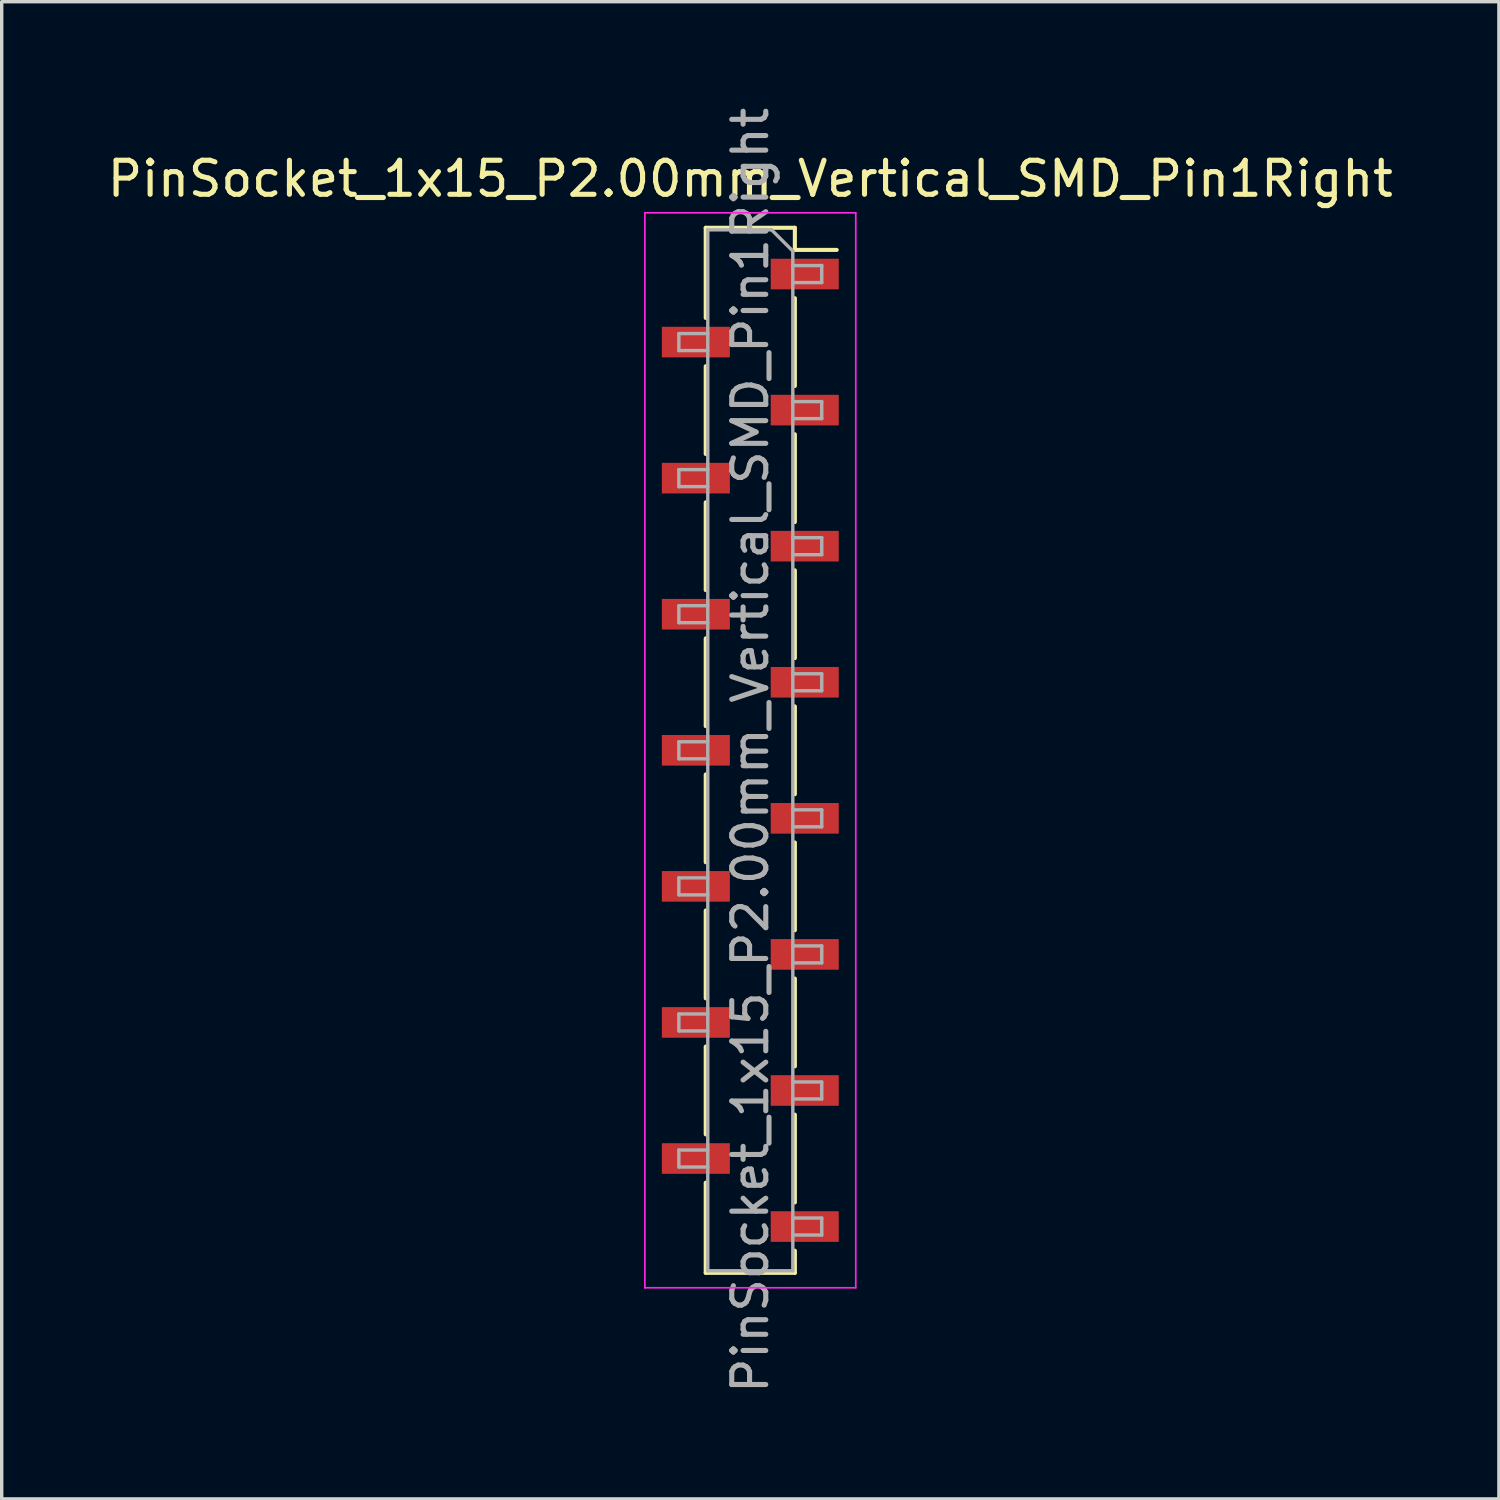
<source format=kicad_pcb>
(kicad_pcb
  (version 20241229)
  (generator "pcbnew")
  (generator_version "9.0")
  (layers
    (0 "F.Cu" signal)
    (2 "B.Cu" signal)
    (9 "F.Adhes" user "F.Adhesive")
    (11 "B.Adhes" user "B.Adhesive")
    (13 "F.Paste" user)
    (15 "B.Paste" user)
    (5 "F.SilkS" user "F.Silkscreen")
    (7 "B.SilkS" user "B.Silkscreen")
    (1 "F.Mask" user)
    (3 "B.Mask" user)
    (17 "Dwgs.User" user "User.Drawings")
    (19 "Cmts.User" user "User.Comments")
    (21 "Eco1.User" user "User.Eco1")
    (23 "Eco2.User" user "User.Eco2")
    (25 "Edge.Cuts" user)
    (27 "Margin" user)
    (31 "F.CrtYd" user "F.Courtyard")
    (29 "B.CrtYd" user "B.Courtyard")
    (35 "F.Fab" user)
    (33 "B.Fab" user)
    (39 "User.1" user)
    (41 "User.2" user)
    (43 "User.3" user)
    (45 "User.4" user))
  (footprint "PinSocket_1x15_P2.00mm_Vertical_SMD_Pin1Right"
    (layer "F.Cu")
    (at 19.006 19.006)
    (property "Reference" "PinSocket_1x15_P2.00mm_Vertical_SMD_Pin1Right" (at 0 -16.8 0) (layer "F.SilkS") (effects (font (size 1 1) (thickness 0.15))))
    (attr smd)
    (fp_line (start -1.31 -15.36) (end -1.31 -12.71) (stroke (width 0.12) (type solid)) (layer "F.SilkS"))
    (fp_line (start -1.31 -15.36) (end 1.31 -15.36) (stroke (width 0.12) (type solid)) (layer "F.SilkS"))
    (fp_line (start -1.31 -11.29) (end -1.31 -8.71) (stroke (width 0.12) (type solid)) (layer "F.SilkS"))
    (fp_line (start -1.31 -7.29) (end -1.31 -4.71) (stroke (width 0.12) (type solid)) (layer "F.SilkS"))
    (fp_line (start -1.31 -3.29) (end -1.31 -0.71) (stroke (width 0.12) (type solid)) (layer "F.SilkS"))
    (fp_line (start -1.31 0.71) (end -1.31 3.29) (stroke (width 0.12) (type solid)) (layer "F.SilkS"))
    (fp_line (start -1.31 4.71) (end -1.31 7.29) (stroke (width 0.12) (type solid)) (layer "F.SilkS"))
    (fp_line (start -1.31 8.71) (end -1.31 11.29) (stroke (width 0.12) (type solid)) (layer "F.SilkS"))
    (fp_line (start -1.31 12.71) (end -1.31 15.36) (stroke (width 0.12) (type solid)) (layer "F.SilkS"))
    (fp_line (start -1.31 15.36) (end 1.31 15.36) (stroke (width 0.12) (type solid)) (layer "F.SilkS"))
    (fp_line (start 1.31 -15.36) (end 1.31 -14.71) (stroke (width 0.12) (type solid)) (layer "F.SilkS"))
    (fp_line (start 1.31 -14.71) (end 2.54 -14.71) (stroke (width 0.12) (type solid)) (layer "F.SilkS"))
    (fp_line (start 1.31 -13.29) (end 1.31 -10.71) (stroke (width 0.12) (type solid)) (layer "F.SilkS"))
    (fp_line (start 1.31 -9.29) (end 1.31 -6.71) (stroke (width 0.12) (type solid)) (layer "F.SilkS"))
    (fp_line (start 1.31 -5.29) (end 1.31 -2.71) (stroke (width 0.12) (type solid)) (layer "F.SilkS"))
    (fp_line (start 1.31 -1.29) (end 1.31 1.29) (stroke (width 0.12) (type solid)) (layer "F.SilkS"))
    (fp_line (start 1.31 2.71) (end 1.31 5.29) (stroke (width 0.12) (type solid)) (layer "F.SilkS"))
    (fp_line (start 1.31 6.71) (end 1.31 9.29) (stroke (width 0.12) (type solid)) (layer "F.SilkS"))
    (fp_line (start 1.31 10.71) (end 1.31 13.29) (stroke (width 0.12) (type solid)) (layer "F.SilkS"))
    (fp_line (start 1.31 14.71) (end 1.31 15.36) (stroke (width 0.12) (type solid)) (layer "F.SilkS"))
    (fp_line (start -3.1 -15.8) (end 3.1 -15.8) (stroke (width 0.05) (type solid)) (layer "F.CrtYd"))
    (fp_line (start -3.1 15.8) (end -3.1 -15.8) (stroke (width 0.05) (type solid)) (layer "F.CrtYd"))
    (fp_line (start 3.1 -15.8) (end 3.1 15.8) (stroke (width 0.05) (type solid)) (layer "F.CrtYd"))
    (fp_line (start 3.1 15.8) (end -3.1 15.8) (stroke (width 0.05) (type solid)) (layer "F.CrtYd"))
    (fp_line (start -2.1 -12.25) (end -1.25 -12.25) (stroke (width 0.1) (type solid)) (layer "F.Fab"))
    (fp_line (start -2.1 -11.75) (end -2.1 -12.25) (stroke (width 0.1) (type solid)) (layer "F.Fab"))
    (fp_line (start -2.1 -8.25) (end -1.25 -8.25) (stroke (width 0.1) (type solid)) (layer "F.Fab"))
    (fp_line (start -2.1 -7.75) (end -2.1 -8.25) (stroke (width 0.1) (type solid)) (layer "F.Fab"))
    (fp_line (start -2.1 -4.25) (end -1.25 -4.25) (stroke (width 0.1) (type solid)) (layer "F.Fab"))
    (fp_line (start -2.1 -3.75) (end -2.1 -4.25) (stroke (width 0.1) (type solid)) (layer "F.Fab"))
    (fp_line (start -2.1 -0.25) (end -1.25 -0.25) (stroke (width 0.1) (type solid)) (layer "F.Fab"))
    (fp_line (start -2.1 0.25) (end -2.1 -0.25) (stroke (width 0.1) (type solid)) (layer "F.Fab"))
    (fp_line (start -2.1 3.75) (end -1.25 3.75) (stroke (width 0.1) (type solid)) (layer "F.Fab"))
    (fp_line (start -2.1 4.25) (end -2.1 3.75) (stroke (width 0.1) (type solid)) (layer "F.Fab"))
    (fp_line (start -2.1 7.75) (end -1.25 7.75) (stroke (width 0.1) (type solid)) (layer "F.Fab"))
    (fp_line (start -2.1 8.25) (end -2.1 7.75) (stroke (width 0.1) (type solid)) (layer "F.Fab"))
    (fp_line (start -2.1 11.75) (end -1.25 11.75) (stroke (width 0.1) (type solid)) (layer "F.Fab"))
    (fp_line (start -2.1 12.25) (end -2.1 11.75) (stroke (width 0.1) (type solid)) (layer "F.Fab"))
    (fp_line (start -1.25 -15.3) (end 0.625 -15.3) (stroke (width 0.1) (type solid)) (layer "F.Fab"))
    (fp_line (start -1.25 -11.75) (end -2.1 -11.75) (stroke (width 0.1) (type solid)) (layer "F.Fab"))
    (fp_line (start -1.25 -7.75) (end -2.1 -7.75) (stroke (width 0.1) (type solid)) (layer "F.Fab"))
    (fp_line (start -1.25 -3.75) (end -2.1 -3.75) (stroke (width 0.1) (type solid)) (layer "F.Fab"))
    (fp_line (start -1.25 0.25) (end -2.1 0.25) (stroke (width 0.1) (type solid)) (layer "F.Fab"))
    (fp_line (start -1.25 4.25) (end -2.1 4.25) (stroke (width 0.1) (type solid)) (layer "F.Fab"))
    (fp_line (start -1.25 8.25) (end -2.1 8.25) (stroke (width 0.1) (type solid)) (layer "F.Fab"))
    (fp_line (start -1.25 12.25) (end -2.1 12.25) (stroke (width 0.1) (type solid)) (layer "F.Fab"))
    (fp_line (start -1.25 15.3) (end -1.25 -15.3) (stroke (width 0.1) (type solid)) (layer "F.Fab"))
    (fp_line (start 0.625 -15.3) (end 1.25 -14.675) (stroke (width 0.1) (type solid)) (layer "F.Fab"))
    (fp_line (start 1.25 -14.675) (end 1.25 15.3) (stroke (width 0.1) (type solid)) (layer "F.Fab"))
    (fp_line (start 1.25 -14.25) (end 2.1 -14.25) (stroke (width 0.1) (type solid)) (layer "F.Fab"))
    (fp_line (start 1.25 -10.25) (end 2.1 -10.25) (stroke (width 0.1) (type solid)) (layer "F.Fab"))
    (fp_line (start 1.25 -6.25) (end 2.1 -6.25) (stroke (width 0.1) (type solid)) (layer "F.Fab"))
    (fp_line (start 1.25 -2.25) (end 2.1 -2.25) (stroke (width 0.1) (type solid)) (layer "F.Fab"))
    (fp_line (start 1.25 1.75) (end 2.1 1.75) (stroke (width 0.1) (type solid)) (layer "F.Fab"))
    (fp_line (start 1.25 5.75) (end 2.1 5.75) (stroke (width 0.1) (type solid)) (layer "F.Fab"))
    (fp_line (start 1.25 9.75) (end 2.1 9.75) (stroke (width 0.1) (type solid)) (layer "F.Fab"))
    (fp_line (start 1.25 13.75) (end 2.1 13.75) (stroke (width 0.1) (type solid)) (layer "F.Fab"))
    (fp_line (start 1.25 15.3) (end -1.25 15.3) (stroke (width 0.1) (type solid)) (layer "F.Fab"))
    (fp_line (start 2.1 -14.25) (end 2.1 -13.75) (stroke (width 0.1) (type solid)) (layer "F.Fab"))
    (fp_line (start 2.1 -13.75) (end 1.25 -13.75) (stroke (width 0.1) (type solid)) (layer "F.Fab"))
    (fp_line (start 2.1 -10.25) (end 2.1 -9.75) (stroke (width 0.1) (type solid)) (layer "F.Fab"))
    (fp_line (start 2.1 -9.75) (end 1.25 -9.75) (stroke (width 0.1) (type solid)) (layer "F.Fab"))
    (fp_line (start 2.1 -6.25) (end 2.1 -5.75) (stroke (width 0.1) (type solid)) (layer "F.Fab"))
    (fp_line (start 2.1 -5.75) (end 1.25 -5.75) (stroke (width 0.1) (type solid)) (layer "F.Fab"))
    (fp_line (start 2.1 -2.25) (end 2.1 -1.75) (stroke (width 0.1) (type solid)) (layer "F.Fab"))
    (fp_line (start 2.1 -1.75) (end 1.25 -1.75) (stroke (width 0.1) (type solid)) (layer "F.Fab"))
    (fp_line (start 2.1 1.75) (end 2.1 2.25) (stroke (width 0.1) (type solid)) (layer "F.Fab"))
    (fp_line (start 2.1 2.25) (end 1.25 2.25) (stroke (width 0.1) (type solid)) (layer "F.Fab"))
    (fp_line (start 2.1 5.75) (end 2.1 6.25) (stroke (width 0.1) (type solid)) (layer "F.Fab"))
    (fp_line (start 2.1 6.25) (end 1.25 6.25) (stroke (width 0.1) (type solid)) (layer "F.Fab"))
    (fp_line (start 2.1 9.75) (end 2.1 10.25) (stroke (width 0.1) (type solid)) (layer "F.Fab"))
    (fp_line (start 2.1 10.25) (end 1.25 10.25) (stroke (width 0.1) (type solid)) (layer "F.Fab"))
    (fp_line (start 2.1 13.75) (end 2.1 14.25) (stroke (width 0.1) (type solid)) (layer "F.Fab"))
    (fp_line (start 2.1 14.25) (end 1.25 14.25) (stroke (width 0.1) (type solid)) (layer "F.Fab"))
    (fp_text user "${REFERENCE}" (at 0 0 90) (layer "F.Fab") (effects (font (size 1 1) (thickness 0.15))))
    (pad "1" smd rect (at 1.6 -14) (size 2 0.9) (layers "F.Cu" "F.Mask" "F.Paste"))
    (pad "2" smd rect (at -1.6 -12) (size 2 0.9) (layers "F.Cu" "F.Mask" "F.Paste"))
    (pad "3" smd rect (at 1.6 -10) (size 2 0.9) (layers "F.Cu" "F.Mask" "F.Paste"))
    (pad "4" smd rect (at -1.6 -8) (size 2 0.9) (layers "F.Cu" "F.Mask" "F.Paste"))
    (pad "5" smd rect (at 1.6 -6) (size 2 0.9) (layers "F.Cu" "F.Mask" "F.Paste"))
    (pad "6" smd rect (at -1.6 -4) (size 2 0.9) (layers "F.Cu" "F.Mask" "F.Paste"))
    (pad "7" smd rect (at 1.6 -2) (size 2 0.9) (layers "F.Cu" "F.Mask" "F.Paste"))
    (pad "8" smd rect (at -1.6 0) (size 2 0.9) (layers "F.Cu" "F.Mask" "F.Paste"))
    (pad "9" smd rect (at 1.6 2) (size 2 0.9) (layers "F.Cu" "F.Mask" "F.Paste"))
    (pad "10" smd rect (at -1.6 4) (size 2 0.9) (layers "F.Cu" "F.Mask" "F.Paste"))
    (pad "11" smd rect (at 1.6 6) (size 2 0.9) (layers "F.Cu" "F.Mask" "F.Paste"))
    (pad "12" smd rect (at -1.6 8) (size 2 0.9) (layers "F.Cu" "F.Mask" "F.Paste"))
    (pad "13" smd rect (at 1.6 10) (size 2 0.9) (layers "F.Cu" "F.Mask" "F.Paste"))
    (pad "14" smd rect (at -1.6 12) (size 2 0.9) (layers "F.Cu" "F.Mask" "F.Paste"))
    (pad "15" smd rect (at 1.6 14) (size 2 0.9) (layers "F.Cu" "F.Mask" "F.Paste")))
  (gr_rect
    (start -3 -3)
    (end 41.012 41.012)
    (stroke (width 0.1) (type default))
    (fill no)
    (layer "Edge.Cuts")))
</source>
